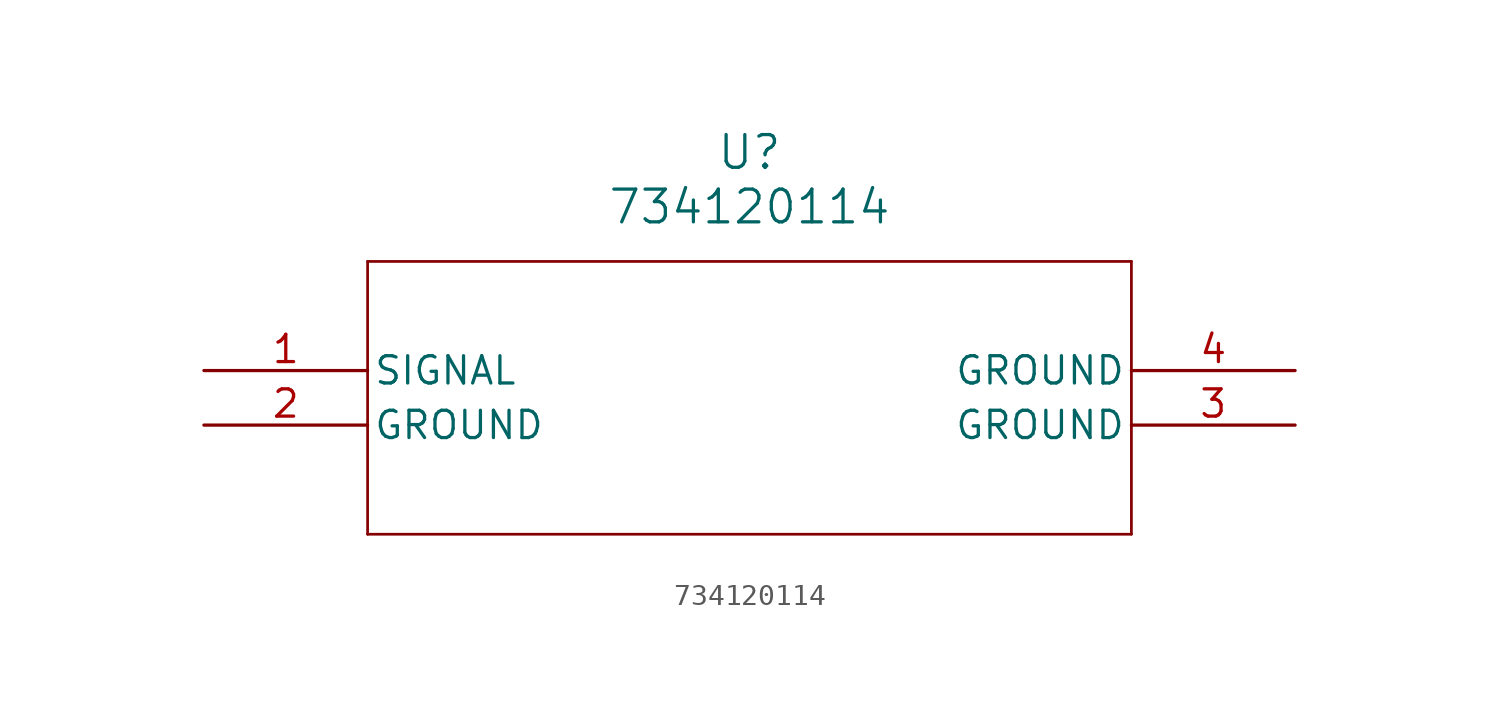
<source format=kicad_sym>
(kicad_symbol_lib
  (version 20211014)
  (generator kicad_symbol_editor)
  (symbol "734120114"
    (pin_names
      (offset 0.254))
    (property "Reference" "U"
      (at 25.4 10.16 0)
      (effects (font (size 1.524 1.524))))
    (property "Value" "734120114"
      (at 25.4 7.62 0)
      (effects (font (size 1.524 1.524))))
    (symbol "734120114_0_1"
      (polyline (pts (xy 7.62 5.08) (xy 7.62 -7.62)) (stroke (width 0.127) (type default) (color 0 0 0 0)) (fill (type none)))
      (polyline (pts (xy 7.62 -7.62) (xy 43.18 -7.62)) (stroke (width 0.127) (type default) (color 0 0 0 0)) (fill (type none)))
      (polyline (pts (xy 43.18 -7.62) (xy 43.18 5.08)) (stroke (width 0.127) (type default) (color 0 0 0 0)) (fill (type none)))
      (polyline (pts (xy 43.18 5.08) (xy 7.62 5.08)) (stroke (width 0.127) (type default) (color 0 0 0 0)) (fill (type none)))
      (pin bidirectional line (at 0 0 0) (length 7.62) (name "SIGNAL" (effects (font (size 1.27 1.27)))) (number "1" (effects (font (size 1.27 1.27)))))
      (pin power_out line (at 0 -2.54 0) (length 7.62) (name "GROUND" (effects (font (size 1.27 1.27)))) (number "2" (effects (font (size 1.27 1.27)))))
      (pin power_out line (at 50.8 -2.54 180) (length 7.62) (name "GROUND" (effects (font (size 1.27 1.27)))) (number "3" (effects (font (size 1.27 1.27)))))
      (pin power_out line (at 50.8 0 180) (length 7.62) (name "GROUND" (effects (font (size 1.27 1.27)))) (number "4" (effects (font (size 1.27 1.27))))))))
</source>
